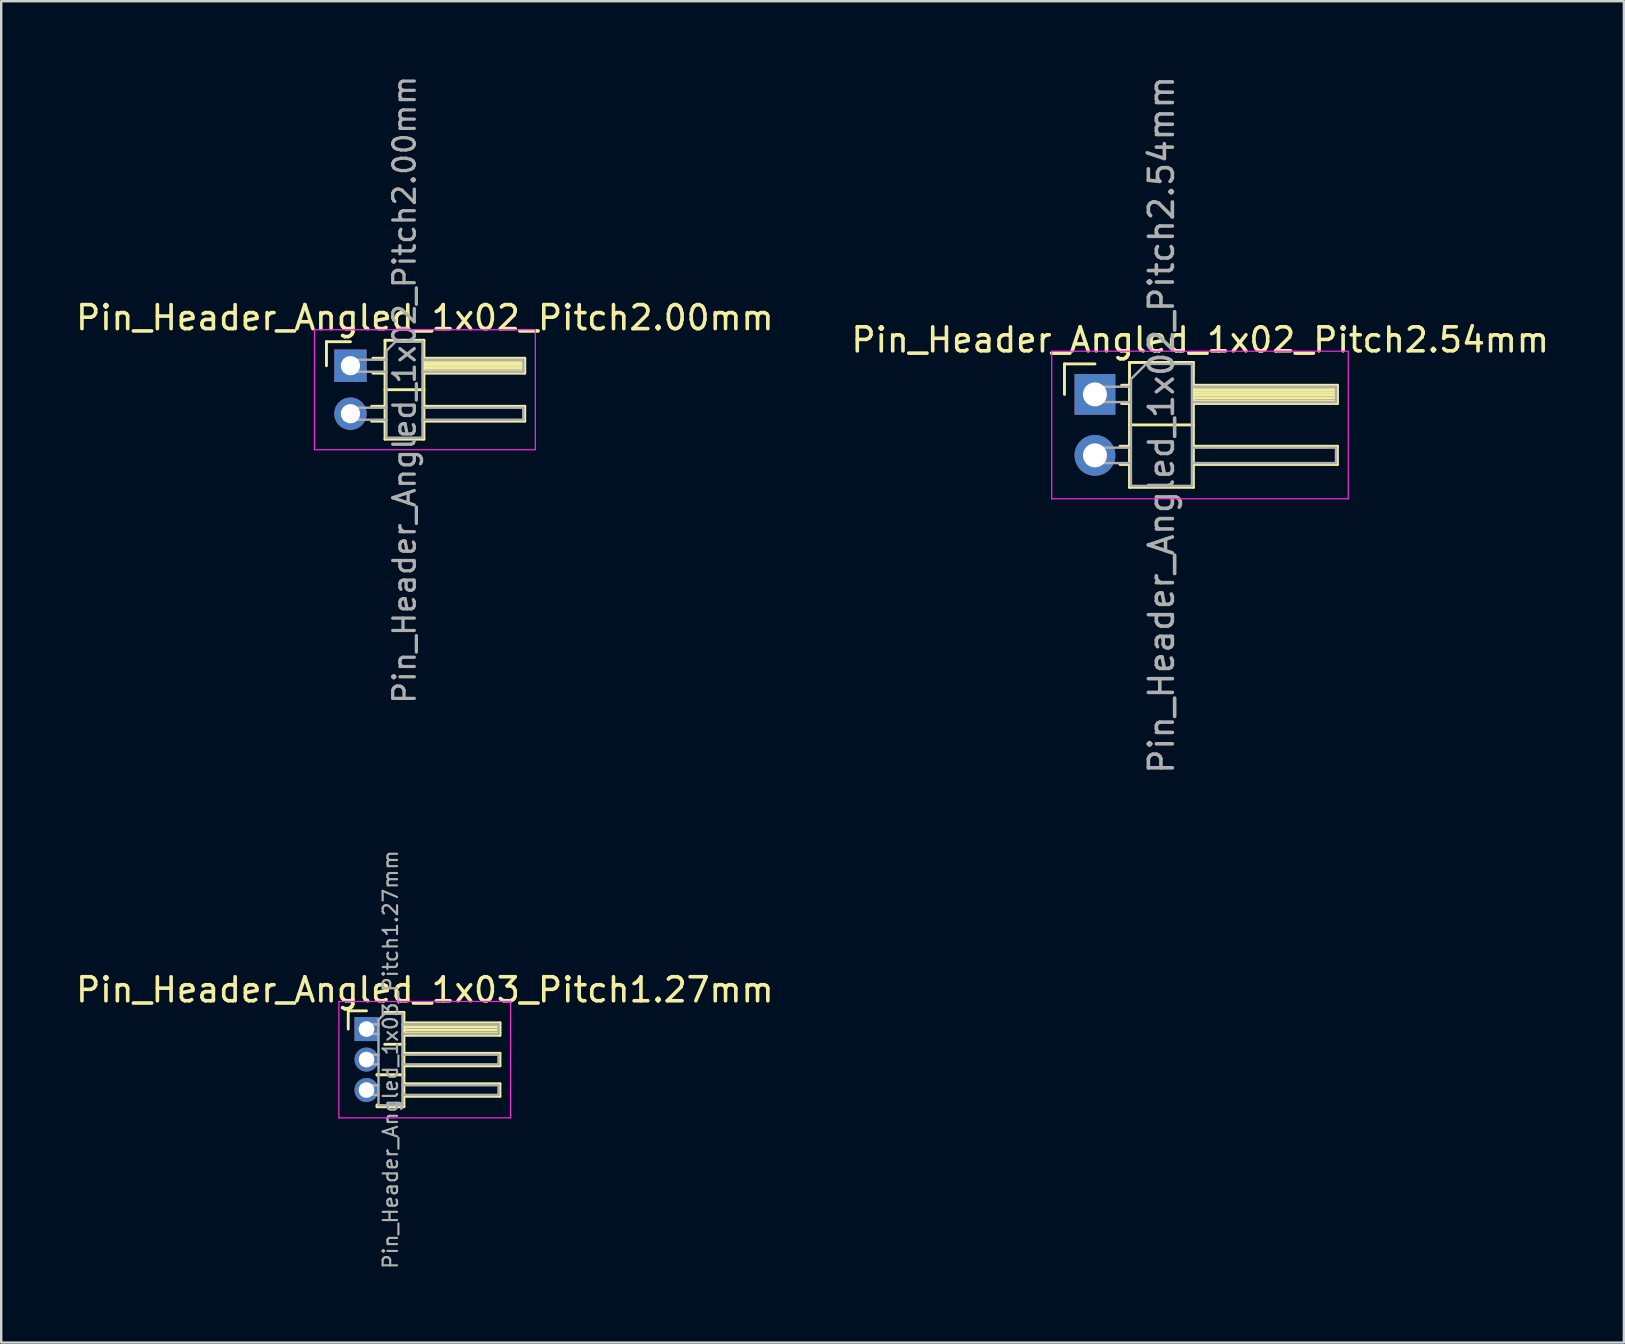
<source format=kicad_pcb>
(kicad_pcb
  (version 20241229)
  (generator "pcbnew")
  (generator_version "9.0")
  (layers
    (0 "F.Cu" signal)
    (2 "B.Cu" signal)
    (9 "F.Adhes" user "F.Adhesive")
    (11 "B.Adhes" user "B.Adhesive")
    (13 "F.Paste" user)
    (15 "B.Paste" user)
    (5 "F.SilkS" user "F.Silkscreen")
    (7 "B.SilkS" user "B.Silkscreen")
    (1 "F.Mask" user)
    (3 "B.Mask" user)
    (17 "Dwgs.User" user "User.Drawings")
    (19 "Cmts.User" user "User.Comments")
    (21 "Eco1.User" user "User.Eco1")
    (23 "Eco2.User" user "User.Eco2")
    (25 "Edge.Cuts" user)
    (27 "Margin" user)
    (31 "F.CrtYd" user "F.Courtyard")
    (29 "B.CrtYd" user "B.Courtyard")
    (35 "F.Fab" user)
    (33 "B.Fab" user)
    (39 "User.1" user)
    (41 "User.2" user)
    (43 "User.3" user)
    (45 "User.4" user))
  (footprint "Pin_Header_Angled_1x02_Pitch2.00mm"
    (layer "F.Cu")
    (at 11.549 12.184)
    (property "Reference" "Pin_Header_Angled_1x02_Pitch2.00mm" (at 3.1 -2 0) (layer "F.SilkS") (effects (font (size 1 1) (thickness 0.15))))
    (attr through_hole)
    (fp_line (start -1 -1) (end 0 -1) (stroke (width 0.12) (type solid)) (layer "F.SilkS"))
    (fp_line (start -1 0) (end -1 -1) (stroke (width 0.12) (type solid)) (layer "F.SilkS"))
    (fp_line (start 0.882 1.69) (end 1.44 1.69) (stroke (width 0.12) (type solid)) (layer "F.SilkS"))
    (fp_line (start 0.882 2.31) (end 1.44 2.31) (stroke (width 0.12) (type solid)) (layer "F.SilkS"))
    (fp_line (start 0.935 -0.31) (end 1.44 -0.31) (stroke (width 0.12) (type solid)) (layer "F.SilkS"))
    (fp_line (start 0.935 0.31) (end 1.44 0.31) (stroke (width 0.12) (type solid)) (layer "F.SilkS"))
    (fp_line (start 1.44 -1.06) (end 1.44 3.06) (stroke (width 0.12) (type solid)) (layer "F.SilkS"))
    (fp_line (start 1.44 1) (end 3.06 1) (stroke (width 0.12) (type solid)) (layer "F.SilkS"))
    (fp_line (start 1.44 3.06) (end 3.06 3.06) (stroke (width 0.12) (type solid)) (layer "F.SilkS"))
    (fp_line (start 3.06 -1.06) (end 1.44 -1.06) (stroke (width 0.12) (type solid)) (layer "F.SilkS"))
    (fp_line (start 3.06 -0.31) (end 7.26 -0.31) (stroke (width 0.12) (type solid)) (layer "F.SilkS"))
    (fp_line (start 3.06 -0.25) (end 7.26 -0.25) (stroke (width 0.12) (type solid)) (layer "F.SilkS"))
    (fp_line (start 3.06 -0.13) (end 7.26 -0.13) (stroke (width 0.12) (type solid)) (layer "F.SilkS"))
    (fp_line (start 3.06 -0.01) (end 7.26 -0.01) (stroke (width 0.12) (type solid)) (layer "F.SilkS"))
    (fp_line (start 3.06 0.11) (end 7.26 0.11) (stroke (width 0.12) (type solid)) (layer "F.SilkS"))
    (fp_line (start 3.06 0.23) (end 7.26 0.23) (stroke (width 0.12) (type solid)) (layer "F.SilkS"))
    (fp_line (start 3.06 1.69) (end 7.26 1.69) (stroke (width 0.12) (type solid)) (layer "F.SilkS"))
    (fp_line (start 3.06 3.06) (end 3.06 -1.06) (stroke (width 0.12) (type solid)) (layer "F.SilkS"))
    (fp_line (start 7.26 -0.31) (end 7.26 0.31) (stroke (width 0.12) (type solid)) (layer "F.SilkS"))
    (fp_line (start 7.26 0.31) (end 3.06 0.31) (stroke (width 0.12) (type solid)) (layer "F.SilkS"))
    (fp_line (start 7.26 1.69) (end 7.26 2.31) (stroke (width 0.12) (type solid)) (layer "F.SilkS"))
    (fp_line (start 7.26 2.31) (end 3.06 2.31) (stroke (width 0.12) (type solid)) (layer "F.SilkS"))
    (fp_line (start -1.5 -1.5) (end -1.5 3.5) (stroke (width 0.05) (type solid)) (layer "F.CrtYd"))
    (fp_line (start -1.5 3.5) (end 7.7 3.5) (stroke (width 0.05) (type solid)) (layer "F.CrtYd"))
    (fp_line (start 7.7 -1.5) (end -1.5 -1.5) (stroke (width 0.05) (type solid)) (layer "F.CrtYd"))
    (fp_line (start 7.7 3.5) (end 7.7 -1.5) (stroke (width 0.05) (type solid)) (layer "F.CrtYd"))
    (fp_line (start -0.25 -0.25) (end -0.25 0.25) (stroke (width 0.1) (type solid)) (layer "F.Fab"))
    (fp_line (start -0.25 -0.25) (end 1.5 -0.25) (stroke (width 0.1) (type solid)) (layer "F.Fab"))
    (fp_line (start -0.25 0.25) (end 1.5 0.25) (stroke (width 0.1) (type solid)) (layer "F.Fab"))
    (fp_line (start -0.25 1.75) (end -0.25 2.25) (stroke (width 0.1) (type solid)) (layer "F.Fab"))
    (fp_line (start -0.25 1.75) (end 1.5 1.75) (stroke (width 0.1) (type solid)) (layer "F.Fab"))
    (fp_line (start -0.25 2.25) (end 1.5 2.25) (stroke (width 0.1) (type solid)) (layer "F.Fab"))
    (fp_line (start 1.5 -0.625) (end 1.875 -1) (stroke (width 0.1) (type solid)) (layer "F.Fab"))
    (fp_line (start 1.5 3) (end 1.5 -0.625) (stroke (width 0.1) (type solid)) (layer "F.Fab"))
    (fp_line (start 1.875 -1) (end 3 -1) (stroke (width 0.1) (type solid)) (layer "F.Fab"))
    (fp_line (start 3 -1) (end 3 3) (stroke (width 0.1) (type solid)) (layer "F.Fab"))
    (fp_line (start 3 -0.25) (end 7.2 -0.25) (stroke (width 0.1) (type solid)) (layer "F.Fab"))
    (fp_line (start 3 0.25) (end 7.2 0.25) (stroke (width 0.1) (type solid)) (layer "F.Fab"))
    (fp_line (start 3 1.75) (end 7.2 1.75) (stroke (width 0.1) (type solid)) (layer "F.Fab"))
    (fp_line (start 3 2.25) (end 7.2 2.25) (stroke (width 0.1) (type solid)) (layer "F.Fab"))
    (fp_line (start 3 3) (end 1.5 3) (stroke (width 0.1) (type solid)) (layer "F.Fab"))
    (fp_line (start 7.2 -0.25) (end 7.2 0.25) (stroke (width 0.1) (type solid)) (layer "F.Fab"))
    (fp_line (start 7.2 1.75) (end 7.2 2.25) (stroke (width 0.1) (type solid)) (layer "F.Fab"))
    (fp_text user "${REFERENCE}" (at 2.25 1 90) (layer "F.Fab") (effects (font (size 0.9 0.9) (thickness 0.135))))
    (pad "1" thru_hole rect (at 0 0) (size 1.35 1.35) (drill 0.8) (layers "*.Cu" "*.Mask"))
    (pad "2" thru_hole oval (at 0 2) (size 1.35 1.35) (drill 0.8) (layers "*.Cu" "*.Mask")))
  (footprint "Pin_Header_Angled_1x02_Pitch2.54mm"
    (layer "F.Cu")
    (at 42.561 13.379)
    (property "Reference" "Pin_Header_Angled_1x02_Pitch2.54mm" (at 4.385 -2.27 0) (layer "F.SilkS") (effects (font (size 1 1) (thickness 0.15))))
    (attr through_hole)
    (fp_line (start -1.27 -1.27) (end 0 -1.27) (stroke (width 0.12) (type solid)) (layer "F.SilkS"))
    (fp_line (start -1.27 0) (end -1.27 -1.27) (stroke (width 0.12) (type solid)) (layer "F.SilkS"))
    (fp_line (start 1.043 2.16) (end 1.44 2.16) (stroke (width 0.12) (type solid)) (layer "F.SilkS"))
    (fp_line (start 1.043 2.92) (end 1.44 2.92) (stroke (width 0.12) (type solid)) (layer "F.SilkS"))
    (fp_line (start 1.11 -0.38) (end 1.44 -0.38) (stroke (width 0.12) (type solid)) (layer "F.SilkS"))
    (fp_line (start 1.11 0.38) (end 1.44 0.38) (stroke (width 0.12) (type solid)) (layer "F.SilkS"))
    (fp_line (start 1.44 -1.33) (end 1.44 3.87) (stroke (width 0.12) (type solid)) (layer "F.SilkS"))
    (fp_line (start 1.44 1.27) (end 4.1 1.27) (stroke (width 0.12) (type solid)) (layer "F.SilkS"))
    (fp_line (start 1.44 3.87) (end 4.1 3.87) (stroke (width 0.12) (type solid)) (layer "F.SilkS"))
    (fp_line (start 4.1 -1.33) (end 1.44 -1.33) (stroke (width 0.12) (type solid)) (layer "F.SilkS"))
    (fp_line (start 4.1 -0.38) (end 10.1 -0.38) (stroke (width 0.12) (type solid)) (layer "F.SilkS"))
    (fp_line (start 4.1 -0.32) (end 10.1 -0.32) (stroke (width 0.12) (type solid)) (layer "F.SilkS"))
    (fp_line (start 4.1 -0.2) (end 10.1 -0.2) (stroke (width 0.12) (type solid)) (layer "F.SilkS"))
    (fp_line (start 4.1 -0.08) (end 10.1 -0.08) (stroke (width 0.12) (type solid)) (layer "F.SilkS"))
    (fp_line (start 4.1 0.04) (end 10.1 0.04) (stroke (width 0.12) (type solid)) (layer "F.SilkS"))
    (fp_line (start 4.1 0.16) (end 10.1 0.16) (stroke (width 0.12) (type solid)) (layer "F.SilkS"))
    (fp_line (start 4.1 0.28) (end 10.1 0.28) (stroke (width 0.12) (type solid)) (layer "F.SilkS"))
    (fp_line (start 4.1 2.16) (end 10.1 2.16) (stroke (width 0.12) (type solid)) (layer "F.SilkS"))
    (fp_line (start 4.1 3.87) (end 4.1 -1.33) (stroke (width 0.12) (type solid)) (layer "F.SilkS"))
    (fp_line (start 10.1 -0.38) (end 10.1 0.38) (stroke (width 0.12) (type solid)) (layer "F.SilkS"))
    (fp_line (start 10.1 0.38) (end 4.1 0.38) (stroke (width 0.12) (type solid)) (layer "F.SilkS"))
    (fp_line (start 10.1 2.16) (end 10.1 2.92) (stroke (width 0.12) (type solid)) (layer "F.SilkS"))
    (fp_line (start 10.1 2.92) (end 4.1 2.92) (stroke (width 0.12) (type solid)) (layer "F.SilkS"))
    (fp_line (start -1.8 -1.8) (end -1.8 4.35) (stroke (width 0.05) (type solid)) (layer "F.CrtYd"))
    (fp_line (start -1.8 4.35) (end 10.55 4.35) (stroke (width 0.05) (type solid)) (layer "F.CrtYd"))
    (fp_line (start 10.55 -1.8) (end -1.8 -1.8) (stroke (width 0.05) (type solid)) (layer "F.CrtYd"))
    (fp_line (start 10.55 4.35) (end 10.55 -1.8) (stroke (width 0.05) (type solid)) (layer "F.CrtYd"))
    (fp_line (start -0.32 -0.32) (end -0.32 0.32) (stroke (width 0.1) (type solid)) (layer "F.Fab"))
    (fp_line (start -0.32 -0.32) (end 1.5 -0.32) (stroke (width 0.1) (type solid)) (layer "F.Fab"))
    (fp_line (start -0.32 0.32) (end 1.5 0.32) (stroke (width 0.1) (type solid)) (layer "F.Fab"))
    (fp_line (start -0.32 2.22) (end -0.32 2.86) (stroke (width 0.1) (type solid)) (layer "F.Fab"))
    (fp_line (start -0.32 2.22) (end 1.5 2.22) (stroke (width 0.1) (type solid)) (layer "F.Fab"))
    (fp_line (start -0.32 2.86) (end 1.5 2.86) (stroke (width 0.1) (type solid)) (layer "F.Fab"))
    (fp_line (start 1.5 -0.635) (end 2.135 -1.27) (stroke (width 0.1) (type solid)) (layer "F.Fab"))
    (fp_line (start 1.5 3.81) (end 1.5 -0.635) (stroke (width 0.1) (type solid)) (layer "F.Fab"))
    (fp_line (start 2.135 -1.27) (end 4.04 -1.27) (stroke (width 0.1) (type solid)) (layer "F.Fab"))
    (fp_line (start 4.04 -1.27) (end 4.04 3.81) (stroke (width 0.1) (type solid)) (layer "F.Fab"))
    (fp_line (start 4.04 -0.32) (end 10.04 -0.32) (stroke (width 0.1) (type solid)) (layer "F.Fab"))
    (fp_line (start 4.04 0.32) (end 10.04 0.32) (stroke (width 0.1) (type solid)) (layer "F.Fab"))
    (fp_line (start 4.04 2.22) (end 10.04 2.22) (stroke (width 0.1) (type solid)) (layer "F.Fab"))
    (fp_line (start 4.04 2.86) (end 10.04 2.86) (stroke (width 0.1) (type solid)) (layer "F.Fab"))
    (fp_line (start 4.04 3.81) (end 1.5 3.81) (stroke (width 0.1) (type solid)) (layer "F.Fab"))
    (fp_line (start 10.04 -0.32) (end 10.04 0.32) (stroke (width 0.1) (type solid)) (layer "F.Fab"))
    (fp_line (start 10.04 2.22) (end 10.04 2.86) (stroke (width 0.1) (type solid)) (layer "F.Fab"))
    (fp_text user "${REFERENCE}" (at 2.77 1.27 90) (layer "F.Fab") (effects (font (size 1 1) (thickness 0.15))))
    (pad "1" thru_hole rect (at 0 0) (size 1.7 1.7) (drill 1) (layers "*.Cu" "*.Mask"))
    (pad "2" thru_hole oval (at 0 2.54) (size 1.7 1.7) (drill 1) (layers "*.Cu" "*.Mask")))
  (footprint "Pin_Header_Angled_1x03_Pitch1.27mm"
    (layer "F.Cu")
    (at 12.216 39.817)
    (property "Reference" "Pin_Header_Angled_1x03_Pitch1.27mm" (at 2.433 -1.635 0) (layer "F.SilkS") (effects (font (size 1 1) (thickness 0.15))))
    (attr through_hole)
    (fp_line (start -0.76 -0.76) (end 0 -0.76) (stroke (width 0.12) (type solid)) (layer "F.SilkS"))
    (fp_line (start -0.76 0) (end -0.76 -0.76) (stroke (width 0.12) (type solid)) (layer "F.SilkS"))
    (fp_line (start 0.44 1.89) (end 0.44 1.92) (stroke (width 0.12) (type solid)) (layer "F.SilkS"))
    (fp_line (start 0.44 1.905) (end 1.56 1.905) (stroke (width 0.12) (type solid)) (layer "F.SilkS"))
    (fp_line (start 0.44 3.235) (end 0.44 3.16) (stroke (width 0.12) (type solid)) (layer "F.SilkS"))
    (fp_line (start 0.76 -0.695) (end 1.56 -0.695) (stroke (width 0.12) (type solid)) (layer "F.SilkS"))
    (fp_line (start 0.76 0.635) (end 1.56 0.635) (stroke (width 0.12) (type solid)) (layer "F.SilkS"))
    (fp_line (start 1.56 -0.695) (end 1.56 3.235) (stroke (width 0.12) (type solid)) (layer "F.SilkS"))
    (fp_line (start 1.56 -0.26) (end 5.56 -0.26) (stroke (width 0.12) (type solid)) (layer "F.SilkS"))
    (fp_line (start 1.56 -0.2) (end 5.56 -0.2) (stroke (width 0.12) (type solid)) (layer "F.SilkS"))
    (fp_line (start 1.56 -0.08) (end 5.56 -0.08) (stroke (width 0.12) (type solid)) (layer "F.SilkS"))
    (fp_line (start 1.56 0.04) (end 5.56 0.04) (stroke (width 0.12) (type solid)) (layer "F.SilkS"))
    (fp_line (start 1.56 0.16) (end 5.56 0.16) (stroke (width 0.12) (type solid)) (layer "F.SilkS"))
    (fp_line (start 1.56 1.01) (end 5.56 1.01) (stroke (width 0.12) (type solid)) (layer "F.SilkS"))
    (fp_line (start 1.56 2.28) (end 5.56 2.28) (stroke (width 0.12) (type solid)) (layer "F.SilkS"))
    (fp_line (start 1.56 3.235) (end 0.44 3.235) (stroke (width 0.12) (type solid)) (layer "F.SilkS"))
    (fp_line (start 5.56 -0.26) (end 5.56 0.26) (stroke (width 0.12) (type solid)) (layer "F.SilkS"))
    (fp_line (start 5.56 0.26) (end 1.56 0.26) (stroke (width 0.12) (type solid)) (layer "F.SilkS"))
    (fp_line (start 5.56 1.01) (end 5.56 1.53) (stroke (width 0.12) (type solid)) (layer "F.SilkS"))
    (fp_line (start 5.56 1.53) (end 1.56 1.53) (stroke (width 0.12) (type solid)) (layer "F.SilkS"))
    (fp_line (start 5.56 2.28) (end 5.56 2.8) (stroke (width 0.12) (type solid)) (layer "F.SilkS"))
    (fp_line (start 5.56 2.8) (end 1.56 2.8) (stroke (width 0.12) (type solid)) (layer "F.SilkS"))
    (fp_line (start -1.15 -1.15) (end -1.15 3.7) (stroke (width 0.05) (type solid)) (layer "F.CrtYd"))
    (fp_line (start -1.15 3.7) (end 6 3.7) (stroke (width 0.05) (type solid)) (layer "F.CrtYd"))
    (fp_line (start 6 -1.15) (end -1.15 -1.15) (stroke (width 0.05) (type solid)) (layer "F.CrtYd"))
    (fp_line (start 6 3.7) (end 6 -1.15) (stroke (width 0.05) (type solid)) (layer "F.CrtYd"))
    (fp_line (start -0.2 -0.2) (end -0.2 0.2) (stroke (width 0.1) (type solid)) (layer "F.Fab"))
    (fp_line (start -0.2 -0.2) (end 0.5 -0.2) (stroke (width 0.1) (type solid)) (layer "F.Fab"))
    (fp_line (start -0.2 0.2) (end 0.5 0.2) (stroke (width 0.1) (type solid)) (layer "F.Fab"))
    (fp_line (start -0.2 1.07) (end -0.2 1.47) (stroke (width 0.1) (type solid)) (layer "F.Fab"))
    (fp_line (start -0.2 1.07) (end 0.5 1.07) (stroke (width 0.1) (type solid)) (layer "F.Fab"))
    (fp_line (start -0.2 1.47) (end 0.5 1.47) (stroke (width 0.1) (type solid)) (layer "F.Fab"))
    (fp_line (start -0.2 2.34) (end -0.2 2.74) (stroke (width 0.1) (type solid)) (layer "F.Fab"))
    (fp_line (start -0.2 2.34) (end 0.5 2.34) (stroke (width 0.1) (type solid)) (layer "F.Fab"))
    (fp_line (start -0.2 2.74) (end 0.5 2.74) (stroke (width 0.1) (type solid)) (layer "F.Fab"))
    (fp_line (start 0.5 -0.385) (end 0.75 -0.635) (stroke (width 0.1) (type solid)) (layer "F.Fab"))
    (fp_line (start 0.5 3.175) (end 0.5 -0.385) (stroke (width 0.1) (type solid)) (layer "F.Fab"))
    (fp_line (start 0.75 -0.635) (end 1.5 -0.635) (stroke (width 0.1) (type solid)) (layer "F.Fab"))
    (fp_line (start 1.5 -0.635) (end 1.5 3.175) (stroke (width 0.1) (type solid)) (layer "F.Fab"))
    (fp_line (start 1.5 -0.2) (end 5.5 -0.2) (stroke (width 0.1) (type solid)) (layer "F.Fab"))
    (fp_line (start 1.5 0.2) (end 5.5 0.2) (stroke (width 0.1) (type solid)) (layer "F.Fab"))
    (fp_line (start 1.5 1.07) (end 5.5 1.07) (stroke (width 0.1) (type solid)) (layer "F.Fab"))
    (fp_line (start 1.5 1.47) (end 5.5 1.47) (stroke (width 0.1) (type solid)) (layer "F.Fab"))
    (fp_line (start 1.5 2.34) (end 5.5 2.34) (stroke (width 0.1) (type solid)) (layer "F.Fab"))
    (fp_line (start 1.5 2.74) (end 5.5 2.74) (stroke (width 0.1) (type solid)) (layer "F.Fab"))
    (fp_line (start 1.5 3.175) (end 0.5 3.175) (stroke (width 0.1) (type solid)) (layer "F.Fab"))
    (fp_line (start 5.5 -0.2) (end 5.5 0.2) (stroke (width 0.1) (type solid)) (layer "F.Fab"))
    (fp_line (start 5.5 1.07) (end 5.5 1.47) (stroke (width 0.1) (type solid)) (layer "F.Fab"))
    (fp_line (start 5.5 2.34) (end 5.5 2.74) (stroke (width 0.1) (type solid)) (layer "F.Fab"))
    (fp_text user "${REFERENCE}" (at 1 1.27 90) (layer "F.Fab") (effects (font (size 0.6 0.6) (thickness 0.09))))
    (pad "1" thru_hole rect (at 0 0) (size 1 1) (drill 0.65) (layers "*.Cu" "*.Mask"))
    (pad "2" thru_hole oval (at 0 1.27) (size 1 1) (drill 0.65) (layers "*.Cu" "*.Mask"))
    (pad "3" thru_hole oval (at 0 2.54) (size 1 1) (drill 0.65) (layers "*.Cu" "*.Mask")))
  (gr_rect
    (start -3 -3)
    (end 64.595 52.876)
    (stroke (width 0.1) (type default))
    (fill no)
    (layer "Edge.Cuts")))
</source>
